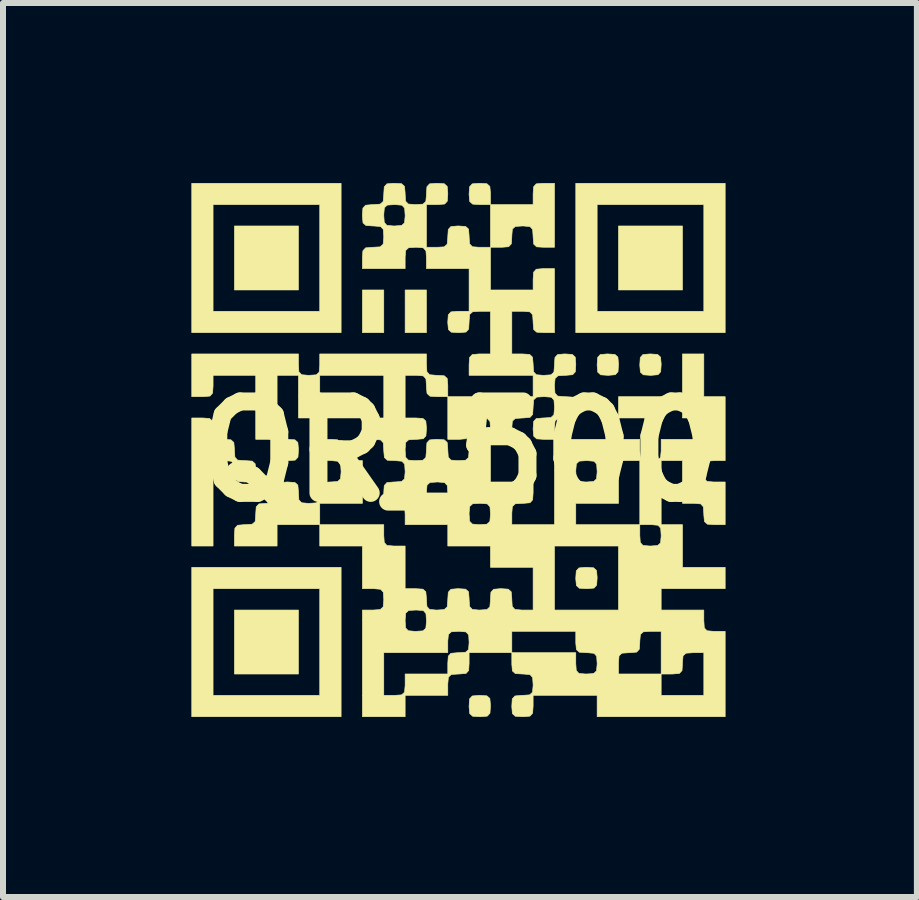
<source format=kicad_pcb>
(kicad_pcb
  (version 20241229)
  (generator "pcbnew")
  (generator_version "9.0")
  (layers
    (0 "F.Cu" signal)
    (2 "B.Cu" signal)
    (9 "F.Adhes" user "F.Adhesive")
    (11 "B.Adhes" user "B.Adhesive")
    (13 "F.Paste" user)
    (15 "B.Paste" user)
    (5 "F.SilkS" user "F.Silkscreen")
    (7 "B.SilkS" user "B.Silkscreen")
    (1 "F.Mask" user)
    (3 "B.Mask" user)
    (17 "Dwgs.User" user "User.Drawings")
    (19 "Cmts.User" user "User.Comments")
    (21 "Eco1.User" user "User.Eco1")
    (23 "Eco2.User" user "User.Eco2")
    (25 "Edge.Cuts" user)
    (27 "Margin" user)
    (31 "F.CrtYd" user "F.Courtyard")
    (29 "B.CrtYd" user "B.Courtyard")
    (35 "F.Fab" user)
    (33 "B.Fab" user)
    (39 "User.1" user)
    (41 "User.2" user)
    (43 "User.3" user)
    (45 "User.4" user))
  (footprint "QR_500"
    (layer "F.Cu")
    (at 4.616 4.475)
    (property "Reference" "QR_500" (at 0 0 0) (layer "F.SilkS") (effects (font (size 1.524 1.524) (thickness 0.3))))
    (attr through_hole)
    (fp_poly (pts (xy -2.692 -2.692) (xy -3.759 -2.692) (xy -3.759 -3.759) (xy -2.692 -3.759) (xy -2.692 -2.692)) (stroke (width 0.01) (type solid)) (fill yes) (layer "F.SilkS"))
    (fp_poly (pts (xy -2.692 3.708) (xy -3.759 3.708) (xy -3.759 2.642) (xy -2.692 2.642) (xy -2.692 3.708)) (stroke (width 0.01) (type solid)) (fill yes) (layer "F.SilkS"))
    (fp_poly (pts (xy -1.27 -1.981) (xy -1.626 -1.981) (xy -1.626 -2.692) (xy -1.27 -2.692) (xy -1.27 -1.981)) (stroke (width 0.01) (type solid)) (fill yes) (layer "F.SilkS"))
    (fp_poly (pts (xy -0.559 -1.981) (xy -0.914 -1.981) (xy -0.914 -2.692) (xy -0.559 -2.692) (xy -0.559 -1.981)) (stroke (width 0.01) (type solid)) (fill yes) (layer "F.SilkS"))
    (fp_poly (pts (xy 3.353 -0.559) (xy 2.642 -0.559) (xy 2.642 -0.914) (xy 3.353 -0.914) (xy 3.353 -0.559)) (stroke (width 0.01) (type solid)) (fill yes) (layer "F.SilkS"))
    (fp_poly (pts (xy 3.708 -2.692) (xy 2.642 -2.692) (xy 2.642 -3.759) (xy 3.708 -3.759) (xy 3.708 -2.692)) (stroke (width 0.01) (type solid)) (fill yes) (layer "F.SilkS"))
    (fp_poly (pts (xy -1.981 -1.981) (xy -4.47 -1.981) (xy -4.47 -4.115) (xy -4.115 -4.115) (xy -4.115 -2.337) (xy -2.337 -2.337) (xy -2.337 -4.115) (xy -4.115 -4.115) (xy -4.47 -4.115) (xy -4.47 -4.47) (xy -1.981 -4.47) (xy -1.981 -1.981)) (stroke (width 0.01) (type solid)) (fill yes) (layer "F.SilkS"))
    (fp_poly (pts (xy -1.981 4.42) (xy -4.47 4.42) (xy -4.47 2.286) (xy -4.115 2.286) (xy -4.115 4.064) (xy -2.337 4.064) (xy -2.337 2.286) (xy -4.115 2.286) (xy -4.47 2.286) (xy -4.47 1.93) (xy -1.981 1.93) (xy -1.981 4.42)) (stroke (width 0.01) (type solid)) (fill yes) (layer "F.SilkS"))
    (fp_poly (pts (xy 4.42 -1.981) (xy 1.93 -1.981) (xy 1.93 -4.115) (xy 2.286 -4.115) (xy 2.286 -2.337) (xy 4.064 -2.337) (xy 4.064 -4.115) (xy 2.286 -4.115) (xy 1.93 -4.115) (xy 1.93 -4.47) (xy 4.42 -4.47) (xy 4.42 -1.981)) (stroke (width 0.01) (type solid)) (fill yes) (layer "F.SilkS"))
    (fp_poly (pts (xy 0.33 -4.115) (xy 0.211 -4.123) (xy 0.162 -4.167) (xy 0.152 -4.279) (xy 0.152 -4.293) (xy 0.16 -4.412) (xy 0.205 -4.461) (xy 0.317 -4.47) (xy 0.33 -4.47) (xy 0.449 -4.463) (xy 0.498 -4.418) (xy 0.508 -4.306) (xy 0.508 -4.293) (xy 0.508 -4.115) (xy 0.33 -4.115)) (stroke (width 0.01) (type solid)) (fill yes) (layer "F.SilkS"))
    (fp_poly (pts (xy 0.449 4.072) (xy 0.498 4.116) (xy 0.508 4.228) (xy 0.508 4.242) (xy 0.5 4.361) (xy 0.456 4.41) (xy 0.344 4.42) (xy 0.33 4.42) (xy 0.211 4.412) (xy 0.162 4.367) (xy 0.152 4.255) (xy 0.152 4.242) (xy 0.16 4.123) (xy 0.205 4.074) (xy 0.317 4.064) (xy 0.33 4.064) (xy 0.449 4.072)) (stroke (width 0.01) (type solid)) (fill yes) (layer "F.SilkS"))
    (fp_poly (pts (xy 2.227 1.938) (xy 2.276 1.983) (xy 2.286 2.095) (xy 2.286 2.108) (xy 2.278 2.227) (xy 2.234 2.276) (xy 2.122 2.286) (xy 2.108 2.286) (xy 1.989 2.278) (xy 1.94 2.234) (xy 1.93 2.122) (xy 1.93 2.108) (xy 1.938 1.989) (xy 1.983 1.94) (xy 2.095 1.93) (xy 2.108 1.93) (xy 2.227 1.938)) (stroke (width 0.01) (type solid)) (fill yes) (layer "F.SilkS"))
    (fp_poly (pts (xy 2.583 -1.618) (xy 2.632 -1.573) (xy 2.642 -1.461) (xy 2.642 -1.448) (xy 2.634 -1.329) (xy 2.589 -1.28) (xy 2.477 -1.27) (xy 2.464 -1.27) (xy 2.345 -1.278) (xy 2.296 -1.322) (xy 2.286 -1.434) (xy 2.286 -1.448) (xy 2.294 -1.567) (xy 2.338 -1.616) (xy 2.45 -1.626) (xy 2.464 -1.626) (xy 2.583 -1.618)) (stroke (width 0.01) (type solid)) (fill yes) (layer "F.SilkS"))
    (fp_poly (pts (xy 3.294 -1.618) (xy 3.343 -1.573) (xy 3.353 -1.461) (xy 3.353 -1.448) (xy 3.345 -1.329) (xy 3.301 -1.28) (xy 3.189 -1.27) (xy 3.175 -1.27) (xy 3.056 -1.278) (xy 3.007 -1.322) (xy 2.997 -1.434) (xy 2.997 -1.448) (xy 3.005 -1.567) (xy 3.049 -1.616) (xy 3.161 -1.626) (xy 3.175 -1.626) (xy 3.294 -1.618)) (stroke (width 0.01) (type solid)) (fill yes) (layer "F.SilkS"))
    (fp_poly (pts (xy 0.508 -4.115) (xy 1.219 -4.115) (xy 1.219 -4.293) (xy 1.227 -4.412) (xy 1.271 -4.461) (xy 1.383 -4.47) (xy 1.397 -4.47) (xy 1.575 -4.47) (xy 1.575 -3.404) (xy 1.397 -3.404) (xy 1.278 -3.411) (xy 1.229 -3.456) (xy 1.219 -3.568) (xy 1.219 -3.581) (xy 1.211 -3.701) (xy 1.167 -3.749) (xy 1.055 -3.759) (xy 1.041 -3.759) (xy 0.922 -3.751) (xy 0.873 -3.707) (xy 0.864 -3.595) (xy 0.864 -3.581) (xy 0.856 -3.462) (xy 0.811 -3.413) (xy 0.699 -3.404) (xy 0.686 -3.404) (xy 0.508 -3.404) (xy 0.508 -4.115)) (stroke (width 0.01) (type solid)) (fill yes) (layer "F.SilkS"))
    (fp_poly (pts (xy -4.173 -0.551) (xy -4.125 -0.507) (xy -4.115 -0.395) (xy -4.115 -0.381) (xy -4.107 -0.262) (xy -4.063 -0.213) (xy -3.951 -0.203) (xy -3.937 -0.203) (xy -3.818 -0.195) (xy -3.769 -0.151) (xy -3.759 -0.039) (xy -3.759 -0.025) (xy -3.751 0.094) (xy -3.707 0.143) (xy -3.595 0.152) (xy -3.581 0.152) (xy -3.462 0.16) (xy -3.413 0.205) (xy -3.404 0.317) (xy -3.404 0.33) (xy -3.411 0.449) (xy -3.456 0.498) (xy -3.568 0.508) (xy -3.581 0.508) (xy -3.701 0.5) (xy -3.749 0.456) (xy -3.759 0.344) (xy -3.759 0.33) (xy -3.767 0.211) (xy -3.811 0.162) (xy -3.923 0.152) (xy -3.937 0.152) (xy -4.115 0.152) (xy -4.115 1.575) (xy -4.47 1.575) (xy -4.47 -0.559) (xy -4.293 -0.559) (xy -4.173 -0.551)) (stroke (width 0.01) (type solid)) (fill yes) (layer "F.SilkS"))
    (fp_poly (pts (xy -2.04 -0.195) (xy -1.991 -0.151) (xy -1.981 -0.039) (xy -1.981 -0.025) (xy -1.973 0.094) (xy -1.929 0.143) (xy -1.817 0.152) (xy -1.803 0.152) (xy -1.626 0.152) (xy -1.626 0.864) (xy -2.337 0.864) (xy -2.337 1.219) (xy -3.048 1.219) (xy -3.048 1.575) (xy -3.759 1.575) (xy -3.759 1.397) (xy -3.751 1.278) (xy -3.707 1.229) (xy -3.595 1.219) (xy -3.581 1.219) (xy -3.462 1.211) (xy -3.413 1.167) (xy -3.404 1.055) (xy -3.404 1.041) (xy -3.396 0.922) (xy -3.351 0.873) (xy -3.239 0.864) (xy -3.226 0.864) (xy -3.107 0.856) (xy -3.058 0.811) (xy -3.048 0.699) (xy -3.048 0.686) (xy -3.04 0.567) (xy -2.996 0.518) (xy -2.884 0.508) (xy -2.87 0.508) (xy -2.751 0.516) (xy -2.702 0.56) (xy -2.692 0.672) (xy -2.692 0.686) (xy -2.685 0.805) (xy -2.64 0.854) (xy -2.528 0.864) (xy -2.515 0.864) (xy -2.395 0.856) (xy -2.347 0.811) (xy -2.337 0.699) (xy -2.337 0.686) (xy -2.329 0.567) (xy -2.285 0.518) (xy -2.173 0.508) (xy -2.159 0.508) (xy -2.04 0.5) (xy -1.991 0.456) (xy -1.981 0.344) (xy -1.981 0.33) (xy -1.989 0.211) (xy -2.033 0.162) (xy -2.145 0.152) (xy -2.159 0.152) (xy -2.278 0.145) (xy -2.327 0.1) (xy -2.337 -0.012) (xy -2.337 -0.025) (xy -2.329 -0.145) (xy -2.285 -0.193) (xy -2.173 -0.203) (xy -2.159 -0.203) (xy -2.04 -0.195)) (stroke (width 0.01) (type solid)) (fill yes) (layer "F.SilkS"))
    (fp_poly (pts (xy 0.152 3.353) (xy 0.152 3.531) (xy 0.145 3.65) (xy 0.1 3.699) (xy -0.012 3.708) (xy -0.025 3.708) (xy -0.145 3.716) (xy -0.193 3.761) (xy -0.203 3.873) (xy -0.203 3.886) (xy -0.203 4.064) (xy -0.914 4.064) (xy -0.914 4.42) (xy -1.626 4.42) (xy -1.626 3.353) (xy -1.27 3.353) (xy -1.27 4.064) (xy -1.092 4.064) (xy -0.973 4.056) (xy -0.924 4.012) (xy -0.914 3.9) (xy -0.914 3.886) (xy -0.914 3.708) (xy -0.203 3.708) (xy -0.203 3.531) (xy -0.195 3.411) (xy -0.151 3.363) (xy -0.039 3.353) (xy -0.025 3.353) (xy 0.094 3.345) (xy 0.143 3.301) (xy 0.152 3.189) (xy 0.152 3.175) (xy 0.145 3.056) (xy 0.1 3.007) (xy -0.012 2.997) (xy -0.025 2.997) (xy 0.864 2.997) (xy 0.864 3.353) (xy 1.93 3.353) (xy 1.93 3.531) (xy 1.938 3.65) (xy 1.983 3.699) (xy 2.095 3.708) (xy 2.108 3.708) (xy 2.227 3.701) (xy 2.276 3.656) (xy 2.286 3.544) (xy 2.286 3.531) (xy 2.642 3.531) (xy 2.642 3.708) (xy 3.353 3.708) (xy 3.353 2.997) (xy 3.175 2.997) (xy 3.056 3.005) (xy 3.007 3.049) (xy 2.997 3.161) (xy 2.997 3.175) (xy 2.989 3.294) (xy 2.945 3.343) (xy 2.833 3.353) (xy 2.819 3.353) (xy 2.7 3.361) (xy 2.651 3.405) (xy 2.642 3.517) (xy 2.642 3.531) (xy 2.286 3.531) (xy 2.278 3.411) (xy 2.234 3.363) (xy 2.122 3.353) (xy 2.108 3.353) (xy 1.989 3.345) (xy 1.94 3.301) (xy 1.93 3.189) (xy 1.93 3.175) (xy 1.93 2.997) (xy 0.864 2.997) (xy -0.025 2.997) (xy -0.145 3.005) (xy -0.193 3.049) (xy -0.203 3.161) (xy -0.203 3.175) (xy -0.203 3.353) (xy -1.27 3.353) (xy -1.626 3.353) (xy -1.626 2.819) (xy -0.914 2.819) (xy -0.907 2.939) (xy -0.862 2.987) (xy -0.75 2.997) (xy -0.737 2.997) (xy -0.617 2.989) (xy -0.569 2.945) (xy -0.559 2.833) (xy -0.559 2.819) (xy -0.567 2.7) (xy -0.611 2.651) (xy -0.723 2.642) (xy -0.737 2.642) (xy -0.856 2.649) (xy -0.905 2.694) (xy -0.914 2.806) (xy -0.914 2.819) (xy -1.626 2.819) (xy -1.626 2.642) (xy -1.448 2.642) (xy -1.329 2.634) (xy -1.28 2.589) (xy -1.27 2.477) (xy -1.27 2.464) (xy -1.278 2.345) (xy -1.322 2.296) (xy -1.434 2.286) (xy -1.448 2.286) (xy -1.626 2.286) (xy -1.626 1.575) (xy -2.337 1.575) (xy -2.337 1.219) (xy -1.27 1.219) (xy -1.27 1.397) (xy -1.262 1.516) (xy -1.218 1.565) (xy -1.106 1.575) (xy -1.092 1.575) (xy -0.914 1.575) (xy -0.914 2.286) (xy -0.737 2.286) (xy -0.617 2.294) (xy -0.569 2.338) (xy -0.559 2.45) (xy -0.559 2.464) (xy -0.551 2.583) (xy -0.507 2.632) (xy -0.395 2.642) (xy -0.381 2.642) (xy -0.262 2.634) (xy -0.213 2.589) (xy -0.203 2.477) (xy -0.203 2.464) (xy -0.195 2.345) (xy -0.151 2.296) (xy -0.039 2.286) (xy -0.025 2.286) (xy 0.094 2.294) (xy 0.143 2.338) (xy 0.152 2.45) (xy 0.152 2.464) (xy 0.16 2.583) (xy 0.205 2.632) (xy 0.317 2.642) (xy 0.33 2.642) (xy 0.449 2.634) (xy 0.498 2.589) (xy 0.508 2.477) (xy 0.508 2.464) (xy 0.516 2.345) (xy 0.56 2.296) (xy 0.672 2.286) (xy 0.686 2.286) (xy 0.805 2.294) (xy 0.854 2.338) (xy 0.864 2.45) (xy 0.864 2.464) (xy 0.871 2.583) (xy 0.916 2.632) (xy 1.028 2.642) (xy 1.041 2.642) (xy 1.219 2.642) (xy 1.219 1.93) (xy 0.508 1.93) (xy 0.508 1.575) (xy 1.575 1.575) (xy 1.575 2.642) (xy 2.642 2.642) (xy 2.642 1.575) (xy 1.575 1.575) (xy 0.508 1.575) (xy -0.203 1.575) (xy -0.203 1.397) (xy 2.997 1.397) (xy 3.005 1.516) (xy 3.049 1.565) (xy 3.161 1.575) (xy 3.175 1.575) (xy 3.294 1.567) (xy 3.343 1.523) (xy 3.353 1.411) (xy 3.353 1.397) (xy 3.345 1.278) (xy 3.301 1.229) (xy 3.189 1.219) (xy 3.175 1.219) (xy 2.997 1.219) (xy 2.997 1.397) (xy -0.203 1.397) (xy -0.203 1.219) (xy -0.914 1.219) (xy -0.914 1.041) (xy 0.152 1.041) (xy 0.16 1.161) (xy 0.205 1.209) (xy 0.317 1.219) (xy 0.33 1.219) (xy 0.449 1.211) (xy 0.498 1.167) (xy 0.508 1.055) (xy 0.508 1.041) (xy 0.5 0.922) (xy 0.456 0.873) (xy 0.344 0.864) (xy 0.33 0.864) (xy 0.211 0.871) (xy 0.162 0.916) (xy 0.152 1.028) (xy 0.152 1.041) (xy -0.914 1.041) (xy -0.922 0.922) (xy -0.967 0.873) (xy -1.079 0.864) (xy -1.092 0.864) (xy -1.211 0.856) (xy -1.26 0.811) (xy -1.27 0.699) (xy -1.27 0.686) (xy -0.559 0.686) (xy -0.551 0.805) (xy -0.507 0.854) (xy -0.395 0.864) (xy -0.381 0.864) (xy -0.262 0.856) (xy -0.213 0.811) (xy -0.203 0.699) (xy -0.203 0.686) (xy -0.211 0.567) (xy -0.255 0.518) (xy -0.367 0.508) (xy -0.381 0.508) (xy -0.5 0.516) (xy -0.549 0.56) (xy -0.559 0.672) (xy -0.559 0.686) (xy -1.27 0.686) (xy -1.262 0.567) (xy -1.218 0.518) (xy -1.106 0.508) (xy -1.092 0.508) (xy -0.973 0.5) (xy -0.924 0.456) (xy -0.914 0.344) (xy -0.914 0.33) (xy -0.922 0.211) (xy -0.967 0.162) (xy -1.079 0.152) (xy -1.092 0.152) (xy -1.211 0.145) (xy -1.26 0.1) (xy -1.27 -0.012) (xy -1.27 -0.025) (xy -1.278 -0.145) (xy -1.322 -0.193) (xy -1.434 -0.203) (xy -1.448 -0.203) (xy -1.567 -0.211) (xy -1.616 -0.255) (xy -1.626 -0.367) (xy -1.626 -0.381) (xy -1.626 -0.559) (xy -2.692 -0.559) (xy -2.692 -1.27) (xy -3.048 -1.27) (xy -3.048 -0.203) (xy -2.87 -0.203) (xy -2.751 -0.195) (xy -2.702 -0.151) (xy -2.692 -0.039) (xy -2.692 -0.025) (xy -2.7 0.094) (xy -2.745 0.143) (xy -2.857 0.152) (xy -2.87 0.152) (xy -2.989 0.145) (xy -3.038 0.1) (xy -3.048 -0.012) (xy -3.048 -0.025) (xy -3.056 -0.145) (xy -3.1 -0.193) (xy -3.212 -0.203) (xy -3.226 -0.203) (xy -3.404 -0.203) (xy -3.404 -1.27) (xy -4.115 -1.27) (xy -4.115 -1.092) (xy -4.123 -0.973) (xy -4.167 -0.924) (xy -4.279 -0.914) (xy -4.293 -0.914) (xy -4.47 -0.914) (xy -4.47 -1.626) (xy -2.692 -1.626) (xy -2.692 -1.448) (xy -2.685 -1.329) (xy -2.64 -1.28) (xy -2.528 -1.27) (xy -2.515 -1.27) (xy -2.337 -1.27) (xy -2.337 -0.914) (xy -1.626 -0.914) (xy -1.626 -0.737) (xy -1.618 -0.617) (xy -1.573 -0.569) (xy -1.461 -0.559) (xy -1.448 -0.559) (xy -1.27 -0.559) (xy -1.27 -1.27) (xy -0.914 -1.27) (xy -0.914 -0.559) (xy -0.737 -0.559) (xy -0.617 -0.551) (xy -0.569 -0.507) (xy -0.559 -0.395) (xy -0.559 -0.381) (xy -0.567 -0.262) (xy -0.611 -0.213) (xy -0.723 -0.203) (xy -0.737 -0.203) (xy -0.856 -0.195) (xy -0.905 -0.151) (xy -0.914 -0.039) (xy -0.914 -0.025) (xy -0.907 0.094) (xy -0.862 0.143) (xy -0.75 0.152) (xy -0.737 0.152) (xy -0.617 0.145) (xy -0.569 0.1) (xy -0.559 -0.012) (xy -0.559 -0.025) (xy -0.551 -0.145) (xy -0.507 -0.193) (xy -0.395 -0.203) (xy -0.381 -0.203) (xy -0.262 -0.195) (xy -0.213 -0.151) (xy -0.203 -0.039) (xy -0.203 -0.025) (xy -0.195 0.094) (xy -0.151 0.143) (xy -0.039 0.152) (xy -0.025 0.152) (xy 0.094 0.145) (xy 0.143 0.1) (xy 0.152 -0.012) (xy 0.152 -0.025) (xy 0.16 -0.145) (xy 0.205 -0.193) (xy 0.317 -0.203) (xy 0.33 -0.203) (xy 0.508 -0.203) (xy 0.508 0.508) (xy 1.219 0.508) (xy 1.219 0.686) (xy 1.211 0.805) (xy 1.167 0.854) (xy 1.055 0.864) (xy 1.041 0.864) (xy 0.922 0.871) (xy 0.873 0.916) (xy 0.864 1.028) (xy 0.864 1.041) (xy 0.864 1.219) (xy 1.575 1.219) (xy 1.575 0.864) (xy 1.93 0.864) (xy 1.93 1.219) (xy 2.997 1.219) (xy 2.997 0.152) (xy 2.642 0.152) (xy 2.642 0.864) (xy 1.93 0.864) (xy 1.575 0.864) (xy 1.575 0.33) (xy 1.93 0.33) (xy 1.938 0.449) (xy 1.983 0.498) (xy 2.095 0.508) (xy 2.108 0.508) (xy 2.227 0.5) (xy 2.276 0.456) (xy 2.286 0.344) (xy 2.286 0.33) (xy 2.278 0.211) (xy 2.234 0.162) (xy 2.122 0.152) (xy 2.108 0.152) (xy 1.989 0.16) (xy 1.94 0.205) (xy 1.93 0.317) (xy 1.93 0.33) (xy 1.575 0.33) (xy 1.575 -0.203) (xy 1.397 -0.203) (xy 1.278 -0.211) (xy 1.229 -0.255) (xy 1.219 -0.367) (xy 1.219 -0.381) (xy 1.227 -0.5) (xy 1.271 -0.549) (xy 1.383 -0.559) (xy 1.397 -0.559) (xy 1.516 -0.567) (xy 1.565 -0.611) (xy 1.575 -0.723) (xy 1.575 -0.737) (xy 1.567 -0.856) (xy 1.523 -0.905) (xy 1.411 -0.914) (xy 1.397 -0.914) (xy 1.278 -0.907) (xy 1.229 -0.862) (xy 1.219 -0.75) (xy 1.219 -0.737) (xy 1.211 -0.617) (xy 1.167 -0.569) (xy 1.055 -0.559) (xy 1.041 -0.559) (xy 0.922 -0.551) (xy 0.873 -0.507) (xy 0.864 -0.395) (xy 0.864 -0.381) (xy 0.856 -0.262) (xy 0.811 -0.213) (xy 0.699 -0.203) (xy 0.686 -0.203) (xy 0.567 -0.211) (xy 0.518 -0.255) (xy 0.508 -0.367) (xy 0.508 -0.381) (xy 0.5 -0.5) (xy 0.456 -0.549) (xy 0.344 -0.559) (xy 0.33 -0.559) (xy 0.211 -0.551) (xy 0.162 -0.507) (xy 0.152 -0.395) (xy 0.152 -0.381) (xy 0.145 -0.262) (xy 0.1 -0.213) (xy -0.012 -0.203) (xy -0.025 -0.203) (xy -0.203 -0.203) (xy -0.203 -0.914) (xy -0.381 -0.914) (xy -0.5 -0.922) (xy -0.549 -0.967) (xy -0.559 -1.079) (xy -0.559 -1.092) (xy -0.567 -1.211) (xy -0.611 -1.26) (xy -0.723 -1.27) (xy -0.737 -1.27) (xy -0.914 -1.27) (xy -1.27 -1.27) (xy -2.337 -1.27) (xy -2.515 -1.27) (xy -2.395 -1.278) (xy -2.347 -1.322) (xy -2.337 -1.434) (xy -2.337 -1.448) (xy -2.337 -1.626) (xy -0.559 -1.626) (xy -0.559 -1.448) (xy -0.551 -1.329) (xy -0.507 -1.28) (xy -0.395 -1.27) (xy -0.381 -1.27) (xy -0.262 -1.262) (xy -0.213 -1.218) (xy -0.203 -1.106) (xy -0.203 -1.092) (xy -0.203 -0.914) (xy 1.219 -0.914) (xy 1.219 -1.27) (xy 0.152 -1.27) (xy 0.152 -1.448) (xy 0.16 -1.567) (xy 0.205 -1.616) (xy 0.317 -1.626) (xy 0.33 -1.626) (xy 0.508 -1.626) (xy 0.508 -2.337) (xy 0.33 -2.337) (xy 0.211 -2.329) (xy 0.162 -2.285) (xy 0.152 -2.173) (xy 0.152 -2.159) (xy 0.145 -2.04) (xy 0.1 -1.991) (xy -0.012 -1.981) (xy -0.025 -1.981) (xy -0.145 -1.989) (xy -0.193 -2.033) (xy -0.203 -2.145) (xy -0.203 -2.159) (xy -0.195 -2.278) (xy -0.151 -2.327) (xy -0.039 -2.337) (xy -0.025 -2.337) (xy 0.152 -2.337) (xy 0.152 -3.048) (xy -0.559 -3.048) (xy -0.559 -3.226) (xy -0.567 -3.345) (xy -0.611 -3.394) (xy -0.723 -3.404) (xy -0.737 -3.404) (xy -0.856 -3.396) (xy -0.905 -3.351) (xy -0.914 -3.239) (xy -0.914 -3.226) (xy -0.914 -3.048) (xy -1.626 -3.048) (xy -1.626 -3.226) (xy -1.618 -3.345) (xy -1.573 -3.394) (xy -1.461 -3.404) (xy -1.448 -3.404) (xy -1.329 -3.411) (xy -1.28 -3.456) (xy -1.27 -3.568) (xy -1.27 -3.581) (xy -1.278 -3.701) (xy -1.322 -3.749) (xy -1.434 -3.759) (xy -1.448 -3.759) (xy -1.567 -3.767) (xy -1.616 -3.811) (xy -1.626 -3.923) (xy -1.626 -3.937) (xy -1.27 -3.937) (xy -1.262 -3.818) (xy -1.218 -3.769) (xy -1.106 -3.759) (xy -1.092 -3.759) (xy -0.973 -3.767) (xy -0.924 -3.811) (xy -0.914 -3.923) (xy -0.914 -3.937) (xy -0.922 -4.056) (xy -0.967 -4.105) (xy -1.079 -4.115) (xy -1.092 -4.115) (xy -1.211 -4.107) (xy -1.26 -4.063) (xy -1.27 -3.951) (xy -1.27 -3.937) (xy -1.626 -3.937) (xy -1.618 -4.056) (xy -1.573 -4.105) (xy -1.461 -4.115) (xy -1.448 -4.115) (xy -1.329 -4.123) (xy -1.28 -4.167) (xy -1.27 -4.279) (xy -1.27 -4.293) (xy -1.262 -4.412) (xy -1.218 -4.461) (xy -1.106 -4.47) (xy -1.092 -4.47) (xy -0.973 -4.463) (xy -0.924 -4.418) (xy -0.914 -4.306) (xy -0.914 -4.293) (xy -0.907 -4.173) (xy -0.862 -4.125) (xy -0.75 -4.115) (xy -0.737 -4.115) (xy -0.617 -4.123) (xy -0.569 -4.167) (xy -0.559 -4.279) (xy -0.559 -4.293) (xy -0.551 -4.412) (xy -0.507 -4.461) (xy -0.395 -4.47) (xy -0.381 -4.47) (xy -0.262 -4.463) (xy -0.213 -4.418) (xy -0.203 -4.306) (xy -0.203 -4.293) (xy -0.211 -4.173) (xy -0.255 -4.125) (xy -0.367 -4.115) (xy -0.381 -4.115) (xy -0.559 -4.115) (xy -0.559 -3.404) (xy -0.381 -3.404) (xy -0.262 -3.411) (xy -0.213 -3.456) (xy -0.203 -3.568) (xy -0.203 -3.581) (xy -0.195 -3.701) (xy -0.151 -3.749) (xy -0.039 -3.759) (xy -0.025 -3.759) (xy 0.094 -3.751) (xy 0.143 -3.707) (xy 0.152 -3.595) (xy 0.152 -3.581) (xy 0.16 -3.462) (xy 0.205 -3.413) (xy 0.317 -3.404) (xy 0.33 -3.404) (xy 0.508 -3.404) (xy 0.508 -2.692) (xy 1.219 -2.692) (xy 1.219 -2.87) (xy 1.227 -2.989) (xy 1.271 -3.038) (xy 1.383 -3.048) (xy 1.397 -3.048) (xy 1.575 -3.048) (xy 1.575 -1.981) (xy 1.397 -1.981) (xy 1.278 -1.989) (xy 1.229 -2.033) (xy 1.219 -2.145) (xy 1.219 -2.159) (xy 1.211 -2.278) (xy 1.167 -2.327) (xy 1.055 -2.337) (xy 1.041 -2.337) (xy 0.864 -2.337) (xy 0.864 -1.626) (xy 1.041 -1.626) (xy 1.161 -1.618) (xy 1.209 -1.573) (xy 1.219 -1.461) (xy 1.219 -1.448) (xy 1.227 -1.329) (xy 1.271 -1.28) (xy 1.383 -1.27) (xy 1.397 -1.27) (xy 1.516 -1.278) (xy 1.565 -1.322) (xy 1.575 -1.434) (xy 1.575 -1.448) (xy 1.583 -1.567) (xy 1.627 -1.616) (xy 1.739 -1.626) (xy 1.753 -1.626) (xy 1.872 -1.618) (xy 1.921 -1.573) (xy 1.93 -1.461) (xy 1.93 -1.448) (xy 1.923 -1.329) (xy 1.878 -1.28) (xy 1.766 -1.27) (xy 1.753 -1.27) (xy 1.633 -1.262) (xy 1.585 -1.218) (xy 1.575 -1.106) (xy 1.575 -1.092) (xy 1.583 -0.973) (xy 1.627 -0.924) (xy 1.739 -0.914) (xy 1.753 -0.914) (xy 1.872 -0.907) (xy 1.921 -0.862) (xy 1.93 -0.75) (xy 1.93 -0.737) (xy 1.923 -0.617) (xy 1.878 -0.569) (xy 1.766 -0.559) (xy 1.753 -0.559) (xy 1.633 -0.551) (xy 1.585 -0.507) (xy 1.575 -0.395) (xy 1.575 -0.381) (xy 1.575 -0.203) (xy 2.997 -0.203) (xy 2.997 -0.025) (xy 3.005 0.094) (xy 3.049 0.143) (xy 3.161 0.152) (xy 3.175 0.152) (xy 3.294 0.145) (xy 3.343 0.1) (xy 3.353 -0.012) (xy 3.353 -0.025) (xy 3.353 -0.203) (xy 4.064 -0.203) (xy 4.064 -0.381) (xy 4.056 -0.5) (xy 4.012 -0.549) (xy 3.9 -0.559) (xy 3.886 -0.559) (xy 3.708 -0.559) (xy 3.708 -1.626) (xy 4.064 -1.626) (xy 4.064 -0.914) (xy 4.42 -0.914) (xy 4.42 0.152) (xy 4.242 0.152) (xy 4.123 0.16) (xy 4.074 0.205) (xy 4.064 0.317) (xy 4.064 0.33) (xy 4.072 0.449) (xy 4.116 0.498) (xy 4.228 0.508) (xy 4.242 0.508) (xy 4.42 0.508) (xy 4.42 1.219) (xy 4.242 1.219) (xy 4.123 1.211) (xy 4.074 1.167) (xy 4.064 1.055) (xy 4.064 1.041) (xy 4.056 0.922) (xy 4.012 0.873) (xy 3.9 0.864) (xy 3.886 0.864) (xy 3.708 0.864) (xy 3.708 0.152) (xy 3.353 0.152) (xy 3.353 1.219) (xy 3.708 1.219) (xy 3.708 1.93) (xy 4.42 1.93) (xy 4.42 2.286) (xy 3.353 2.286) (xy 3.353 2.642) (xy 4.064 2.642) (xy 4.064 2.819) (xy 4.072 2.939) (xy 4.116 2.987) (xy 4.228 2.997) (xy 4.242 2.997) (xy 4.42 2.997) (xy 4.42 4.42) (xy 2.286 4.42) (xy 2.286 4.064) (xy 3.353 4.064) (xy 4.064 4.064) (xy 4.064 3.353) (xy 3.886 3.353) (xy 3.767 3.361) (xy 3.718 3.405) (xy 3.708 3.517) (xy 3.708 3.531) (xy 3.701 3.65) (xy 3.656 3.699) (xy 3.544 3.708) (xy 3.531 3.708) (xy 3.353 3.708) (xy 3.353 4.064) (xy 2.286 4.064) (xy 1.219 4.064) (xy 1.219 4.242) (xy 1.211 4.361) (xy 1.167 4.41) (xy 1.055 4.42) (xy 1.041 4.42) (xy 0.922 4.412) (xy 0.873 4.367) (xy 0.864 4.255) (xy 0.864 4.242) (xy 0.871 4.123) (xy 0.916 4.074) (xy 1.028 4.064) (xy 1.041 4.064) (xy 1.161 4.056) (xy 1.209 4.012) (xy 1.219 3.9) (xy 1.219 3.886) (xy 1.211 3.767) (xy 1.167 3.718) (xy 1.055 3.708) (xy 1.041 3.708) (xy 0.922 3.701) (xy 0.873 3.656) (xy 0.864 3.544) (xy 0.864 3.531) (xy 0.864 3.353) (xy 0.152 3.353)) (stroke (width 0.01) (type solid)) (fill yes) (layer "F.SilkS")))
  (gr_rect
    (start -3 -3)
    (end 12.231 11.9)
    (stroke (width 0.1) (type default))
    (fill no)
    (layer "Edge.Cuts")))
</source>
